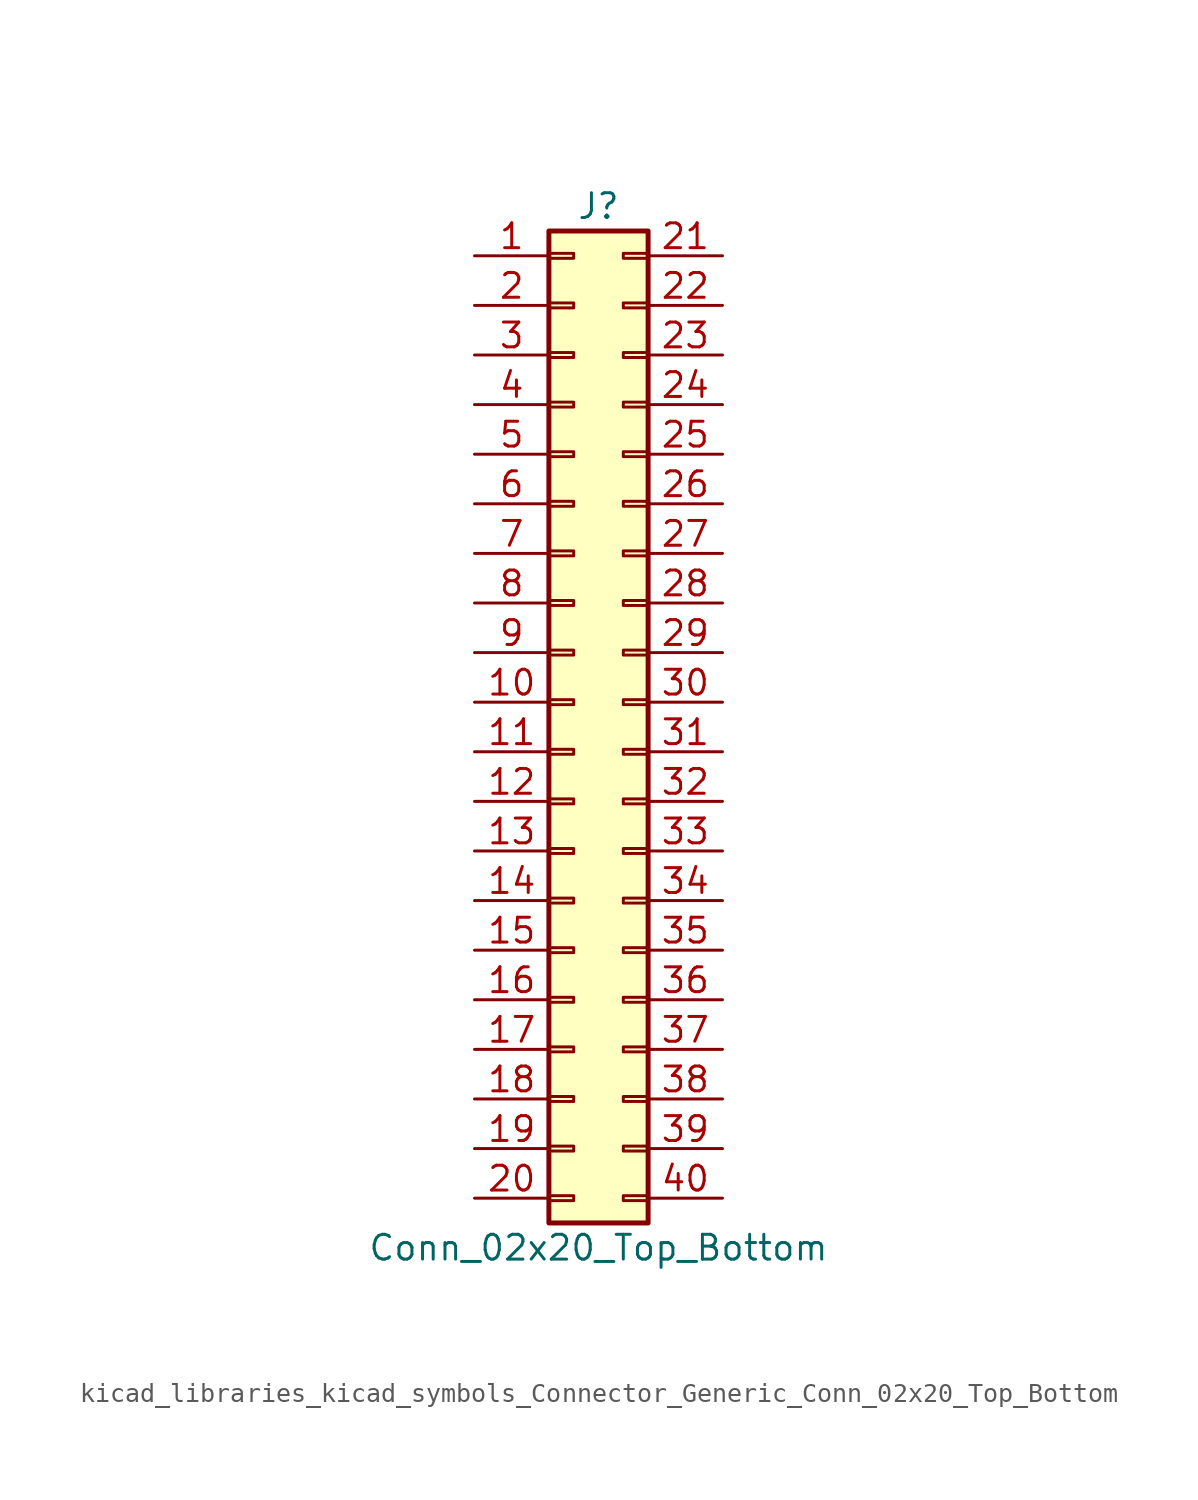
<source format=kicad_sym>
(kicad_symbol_lib
  (version 20220914)
  (generator kicad_symbol_editor)
  (symbol "kicad_libraries_kicad_symbols_Connector_Generic_Conn_02x20_Top_Bottom"
    (pin_names
      (offset 1.016) hide)
    (property "Reference" "J"
      (at 1.27 25.4 0)
      (effects (font (size 1.27 1.27))))
    (property "Value" "Conn_02x20_Top_Bottom"
      (at 1.27 -27.94 0)
      (effects (font (size 1.27 1.27))))
    (symbol "kicad_libraries_kicad_symbols_Connector_Generic_Conn_02x20_Top_Bottom_1_1"
      (rectangle (start -1.27 -25.273) (end 0 -25.527) (stroke (width 0.152) (type default)) (fill (type none)))
      (rectangle (start -1.27 -22.733) (end 0 -22.987) (stroke (width 0.152) (type default)) (fill (type none)))
      (rectangle (start -1.27 -20.193) (end 0 -20.447) (stroke (width 0.152) (type default)) (fill (type none)))
      (rectangle (start -1.27 -17.653) (end 0 -17.907) (stroke (width 0.152) (type default)) (fill (type none)))
      (rectangle (start -1.27 -15.113) (end 0 -15.367) (stroke (width 0.152) (type default)) (fill (type none)))
      (rectangle (start -1.27 -12.573) (end 0 -12.827) (stroke (width 0.152) (type default)) (fill (type none)))
      (rectangle (start -1.27 -10.033) (end 0 -10.287) (stroke (width 0.152) (type default)) (fill (type none)))
      (rectangle (start -1.27 -7.493) (end 0 -7.747) (stroke (width 0.152) (type default)) (fill (type none)))
      (rectangle (start -1.27 -4.953) (end 0 -5.207) (stroke (width 0.152) (type default)) (fill (type none)))
      (rectangle (start -1.27 -2.413) (end 0 -2.667) (stroke (width 0.152) (type default)) (fill (type none)))
      (rectangle (start -1.27 0.127) (end 0 -0.127) (stroke (width 0.152) (type default)) (fill (type none)))
      (rectangle (start -1.27 2.667) (end 0 2.413) (stroke (width 0.152) (type default)) (fill (type none)))
      (rectangle (start -1.27 5.207) (end 0 4.953) (stroke (width 0.152) (type default)) (fill (type none)))
      (rectangle (start -1.27 7.747) (end 0 7.493) (stroke (width 0.152) (type default)) (fill (type none)))
      (rectangle (start -1.27 10.287) (end 0 10.033) (stroke (width 0.152) (type default)) (fill (type none)))
      (rectangle (start -1.27 12.827) (end 0 12.573) (stroke (width 0.152) (type default)) (fill (type none)))
      (rectangle (start -1.27 15.367) (end 0 15.113) (stroke (width 0.152) (type default)) (fill (type none)))
      (rectangle (start -1.27 17.907) (end 0 17.653) (stroke (width 0.152) (type default)) (fill (type none)))
      (rectangle (start -1.27 20.447) (end 0 20.193) (stroke (width 0.152) (type default)) (fill (type none)))
      (rectangle (start -1.27 22.987) (end 0 22.733) (stroke (width 0.152) (type default)) (fill (type none)))
      (rectangle (start -1.27 24.13) (end 3.81 -26.67) (stroke (width 0.254) (type default)) (fill (type background)))
      (rectangle (start 3.81 -25.273) (end 2.54 -25.527) (stroke (width 0.152) (type default)) (fill (type none)))
      (rectangle (start 3.81 -22.733) (end 2.54 -22.987) (stroke (width 0.152) (type default)) (fill (type none)))
      (rectangle (start 3.81 -20.193) (end 2.54 -20.447) (stroke (width 0.152) (type default)) (fill (type none)))
      (rectangle (start 3.81 -17.653) (end 2.54 -17.907) (stroke (width 0.152) (type default)) (fill (type none)))
      (rectangle (start 3.81 -15.113) (end 2.54 -15.367) (stroke (width 0.152) (type default)) (fill (type none)))
      (rectangle (start 3.81 -12.573) (end 2.54 -12.827) (stroke (width 0.152) (type default)) (fill (type none)))
      (rectangle (start 3.81 -10.033) (end 2.54 -10.287) (stroke (width 0.152) (type default)) (fill (type none)))
      (rectangle (start 3.81 -7.493) (end 2.54 -7.747) (stroke (width 0.152) (type default)) (fill (type none)))
      (rectangle (start 3.81 -4.953) (end 2.54 -5.207) (stroke (width 0.152) (type default)) (fill (type none)))
      (rectangle (start 3.81 -2.413) (end 2.54 -2.667) (stroke (width 0.152) (type default)) (fill (type none)))
      (rectangle (start 3.81 0.127) (end 2.54 -0.127) (stroke (width 0.152) (type default)) (fill (type none)))
      (rectangle (start 3.81 2.667) (end 2.54 2.413) (stroke (width 0.152) (type default)) (fill (type none)))
      (rectangle (start 3.81 5.207) (end 2.54 4.953) (stroke (width 0.152) (type default)) (fill (type none)))
      (rectangle (start 3.81 7.747) (end 2.54 7.493) (stroke (width 0.152) (type default)) (fill (type none)))
      (rectangle (start 3.81 10.287) (end 2.54 10.033) (stroke (width 0.152) (type default)) (fill (type none)))
      (rectangle (start 3.81 12.827) (end 2.54 12.573) (stroke (width 0.152) (type default)) (fill (type none)))
      (rectangle (start 3.81 15.367) (end 2.54 15.113) (stroke (width 0.152) (type default)) (fill (type none)))
      (rectangle (start 3.81 17.907) (end 2.54 17.653) (stroke (width 0.152) (type default)) (fill (type none)))
      (rectangle (start 3.81 20.447) (end 2.54 20.193) (stroke (width 0.152) (type default)) (fill (type none)))
      (rectangle (start 3.81 22.987) (end 2.54 22.733) (stroke (width 0.152) (type default)) (fill (type none)))
      (pin passive line (at -5.08 22.86 0) (length 3.81) (name "Pin_1" (effects (font (size 1.27 1.27)))) (number "1" (effects (font (size 1.27 1.27)))))
      (pin passive line (at -5.08 0 0) (length 3.81) (name "Pin_10" (effects (font (size 1.27 1.27)))) (number "10" (effects (font (size 1.27 1.27)))))
      (pin passive line (at -5.08 -2.54 0) (length 3.81) (name "Pin_11" (effects (font (size 1.27 1.27)))) (number "11" (effects (font (size 1.27 1.27)))))
      (pin passive line (at -5.08 -5.08 0) (length 3.81) (name "Pin_12" (effects (font (size 1.27 1.27)))) (number "12" (effects (font (size 1.27 1.27)))))
      (pin passive line (at -5.08 -7.62 0) (length 3.81) (name "Pin_13" (effects (font (size 1.27 1.27)))) (number "13" (effects (font (size 1.27 1.27)))))
      (pin passive line (at -5.08 -10.16 0) (length 3.81) (name "Pin_14" (effects (font (size 1.27 1.27)))) (number "14" (effects (font (size 1.27 1.27)))))
      (pin passive line (at -5.08 -12.7 0) (length 3.81) (name "Pin_15" (effects (font (size 1.27 1.27)))) (number "15" (effects (font (size 1.27 1.27)))))
      (pin passive line (at -5.08 -15.24 0) (length 3.81) (name "Pin_16" (effects (font (size 1.27 1.27)))) (number "16" (effects (font (size 1.27 1.27)))))
      (pin passive line (at -5.08 -17.78 0) (length 3.81) (name "Pin_17" (effects (font (size 1.27 1.27)))) (number "17" (effects (font (size 1.27 1.27)))))
      (pin passive line (at -5.08 -20.32 0) (length 3.81) (name "Pin_18" (effects (font (size 1.27 1.27)))) (number "18" (effects (font (size 1.27 1.27)))))
      (pin passive line (at -5.08 -22.86 0) (length 3.81) (name "Pin_19" (effects (font (size 1.27 1.27)))) (number "19" (effects (font (size 1.27 1.27)))))
      (pin passive line (at -5.08 20.32 0) (length 3.81) (name "Pin_2" (effects (font (size 1.27 1.27)))) (number "2" (effects (font (size 1.27 1.27)))))
      (pin passive line (at -5.08 -25.4 0) (length 3.81) (name "Pin_20" (effects (font (size 1.27 1.27)))) (number "20" (effects (font (size 1.27 1.27)))))
      (pin passive line (at 7.62 22.86 180) (length 3.81) (name "Pin_21" (effects (font (size 1.27 1.27)))) (number "21" (effects (font (size 1.27 1.27)))))
      (pin passive line (at 7.62 20.32 180) (length 3.81) (name "Pin_22" (effects (font (size 1.27 1.27)))) (number "22" (effects (font (size 1.27 1.27)))))
      (pin passive line (at 7.62 17.78 180) (length 3.81) (name "Pin_23" (effects (font (size 1.27 1.27)))) (number "23" (effects (font (size 1.27 1.27)))))
      (pin passive line (at 7.62 15.24 180) (length 3.81) (name "Pin_24" (effects (font (size 1.27 1.27)))) (number "24" (effects (font (size 1.27 1.27)))))
      (pin passive line (at 7.62 12.7 180) (length 3.81) (name "Pin_25" (effects (font (size 1.27 1.27)))) (number "25" (effects (font (size 1.27 1.27)))))
      (pin passive line (at 7.62 10.16 180) (length 3.81) (name "Pin_26" (effects (font (size 1.27 1.27)))) (number "26" (effects (font (size 1.27 1.27)))))
      (pin passive line (at 7.62 7.62 180) (length 3.81) (name "Pin_27" (effects (font (size 1.27 1.27)))) (number "27" (effects (font (size 1.27 1.27)))))
      (pin passive line (at 7.62 5.08 180) (length 3.81) (name "Pin_28" (effects (font (size 1.27 1.27)))) (number "28" (effects (font (size 1.27 1.27)))))
      (pin passive line (at 7.62 2.54 180) (length 3.81) (name "Pin_29" (effects (font (size 1.27 1.27)))) (number "29" (effects (font (size 1.27 1.27)))))
      (pin passive line (at -5.08 17.78 0) (length 3.81) (name "Pin_3" (effects (font (size 1.27 1.27)))) (number "3" (effects (font (size 1.27 1.27)))))
      (pin passive line (at 7.62 0 180) (length 3.81) (name "Pin_30" (effects (font (size 1.27 1.27)))) (number "30" (effects (font (size 1.27 1.27)))))
      (pin passive line (at 7.62 -2.54 180) (length 3.81) (name "Pin_31" (effects (font (size 1.27 1.27)))) (number "31" (effects (font (size 1.27 1.27)))))
      (pin passive line (at 7.62 -5.08 180) (length 3.81) (name "Pin_32" (effects (font (size 1.27 1.27)))) (number "32" (effects (font (size 1.27 1.27)))))
      (pin passive line (at 7.62 -7.62 180) (length 3.81) (name "Pin_33" (effects (font (size 1.27 1.27)))) (number "33" (effects (font (size 1.27 1.27)))))
      (pin passive line (at 7.62 -10.16 180) (length 3.81) (name "Pin_34" (effects (font (size 1.27 1.27)))) (number "34" (effects (font (size 1.27 1.27)))))
      (pin passive line (at 7.62 -12.7 180) (length 3.81) (name "Pin_35" (effects (font (size 1.27 1.27)))) (number "35" (effects (font (size 1.27 1.27)))))
      (pin passive line (at 7.62 -15.24 180) (length 3.81) (name "Pin_36" (effects (font (size 1.27 1.27)))) (number "36" (effects (font (size 1.27 1.27)))))
      (pin passive line (at 7.62 -17.78 180) (length 3.81) (name "Pin_37" (effects (font (size 1.27 1.27)))) (number "37" (effects (font (size 1.27 1.27)))))
      (pin passive line (at 7.62 -20.32 180) (length 3.81) (name "Pin_38" (effects (font (size 1.27 1.27)))) (number "38" (effects (font (size 1.27 1.27)))))
      (pin passive line (at 7.62 -22.86 180) (length 3.81) (name "Pin_39" (effects (font (size 1.27 1.27)))) (number "39" (effects (font (size 1.27 1.27)))))
      (pin passive line (at -5.08 15.24 0) (length 3.81) (name "Pin_4" (effects (font (size 1.27 1.27)))) (number "4" (effects (font (size 1.27 1.27)))))
      (pin passive line (at 7.62 -25.4 180) (length 3.81) (name "Pin_40" (effects (font (size 1.27 1.27)))) (number "40" (effects (font (size 1.27 1.27)))))
      (pin passive line (at -5.08 12.7 0) (length 3.81) (name "Pin_5" (effects (font (size 1.27 1.27)))) (number "5" (effects (font (size 1.27 1.27)))))
      (pin passive line (at -5.08 10.16 0) (length 3.81) (name "Pin_6" (effects (font (size 1.27 1.27)))) (number "6" (effects (font (size 1.27 1.27)))))
      (pin passive line (at -5.08 7.62 0) (length 3.81) (name "Pin_7" (effects (font (size 1.27 1.27)))) (number "7" (effects (font (size 1.27 1.27)))))
      (pin passive line (at -5.08 5.08 0) (length 3.81) (name "Pin_8" (effects (font (size 1.27 1.27)))) (number "8" (effects (font (size 1.27 1.27)))))
      (pin passive line (at -5.08 2.54 0) (length 3.81) (name "Pin_9" (effects (font (size 1.27 1.27)))) (number "9" (effects (font (size 1.27 1.27))))))))
</source>
